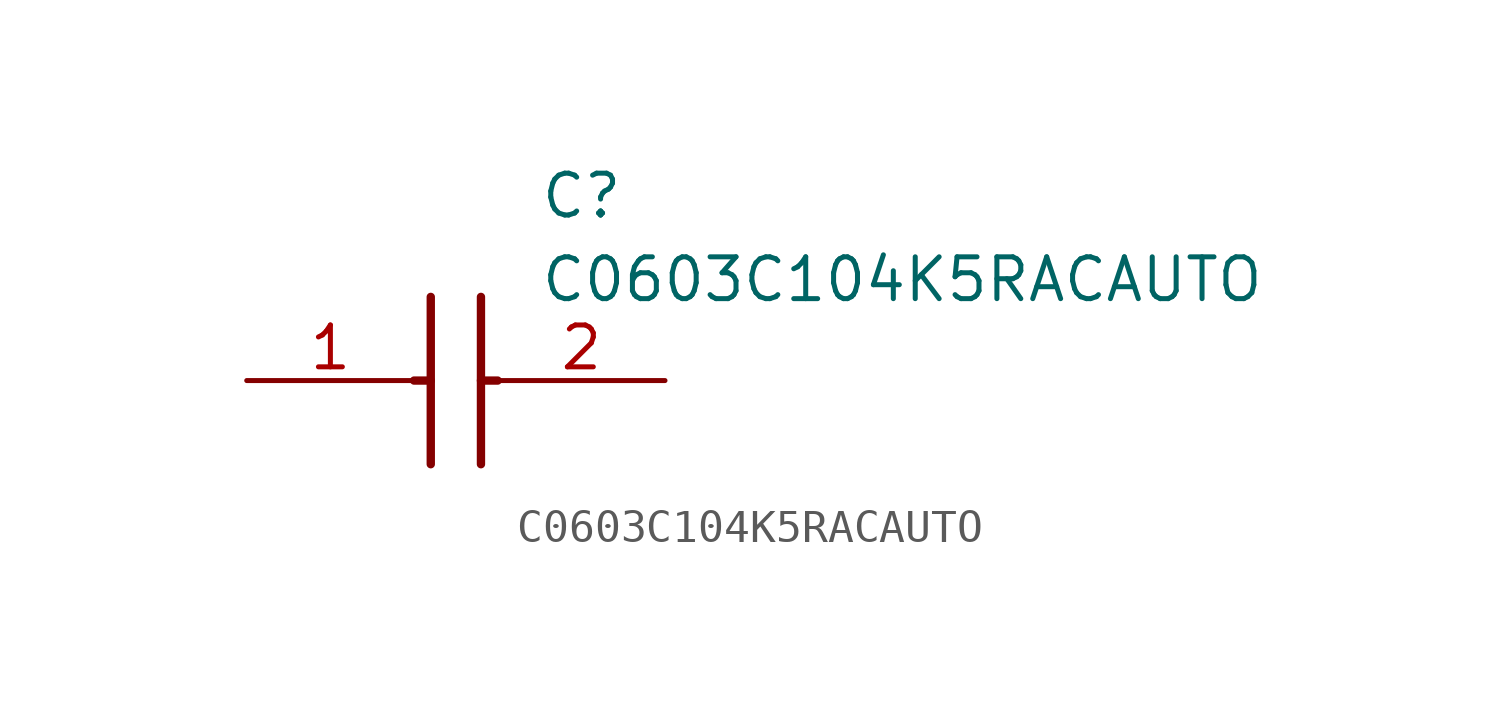
<source format=kicad_sym>
(kicad_symbol_lib
  (version 20211014)
  (generator SamacSys_ECAD_Model)
  (symbol "C0603C104K5RACAUTO"
    (pin_names hide)
    (property "Reference" "C"
      (at 8.89 6.35 0)
      (effects (font (size 1.27 1.27)) (justify left top)))
    (property "Value" "C0603C104K5RACAUTO"
      (at 8.89 3.81 0)
      (effects (font (size 1.27 1.27)) (justify left top)))
    (polyline
      (pts (xy 5.588 2.54) (xy 5.588 -2.54))
      (stroke (width 0.254) (type default))
      (fill (type none)))
    (polyline
      (pts (xy 7.112 2.54) (xy 7.112 -2.54))
      (stroke (width 0.254) (type default))
      (fill (type none)))
    (polyline
      (pts (xy 5.08 0) (xy 5.588 0))
      (stroke (width 0.254) (type default))
      (fill (type none)))
    (polyline
      (pts (xy 7.112 0) (xy 7.62 0))
      (stroke (width 0.254) (type default))
      (fill (type none)))
    (pin passive line
      (at 0 0 0)
      (length 5.08)
      (name "1" (effects (font (size 1.27 1.27))))
      (number "1" (effects (font (size 1.27 1.27)))))
    (pin passive line
      (at 12.7 0 180)
      (length 5.08)
      (name "2" (effects (font (size 1.27 1.27))))
      (number "2" (effects (font (size 1.27 1.27)))))))
</source>
